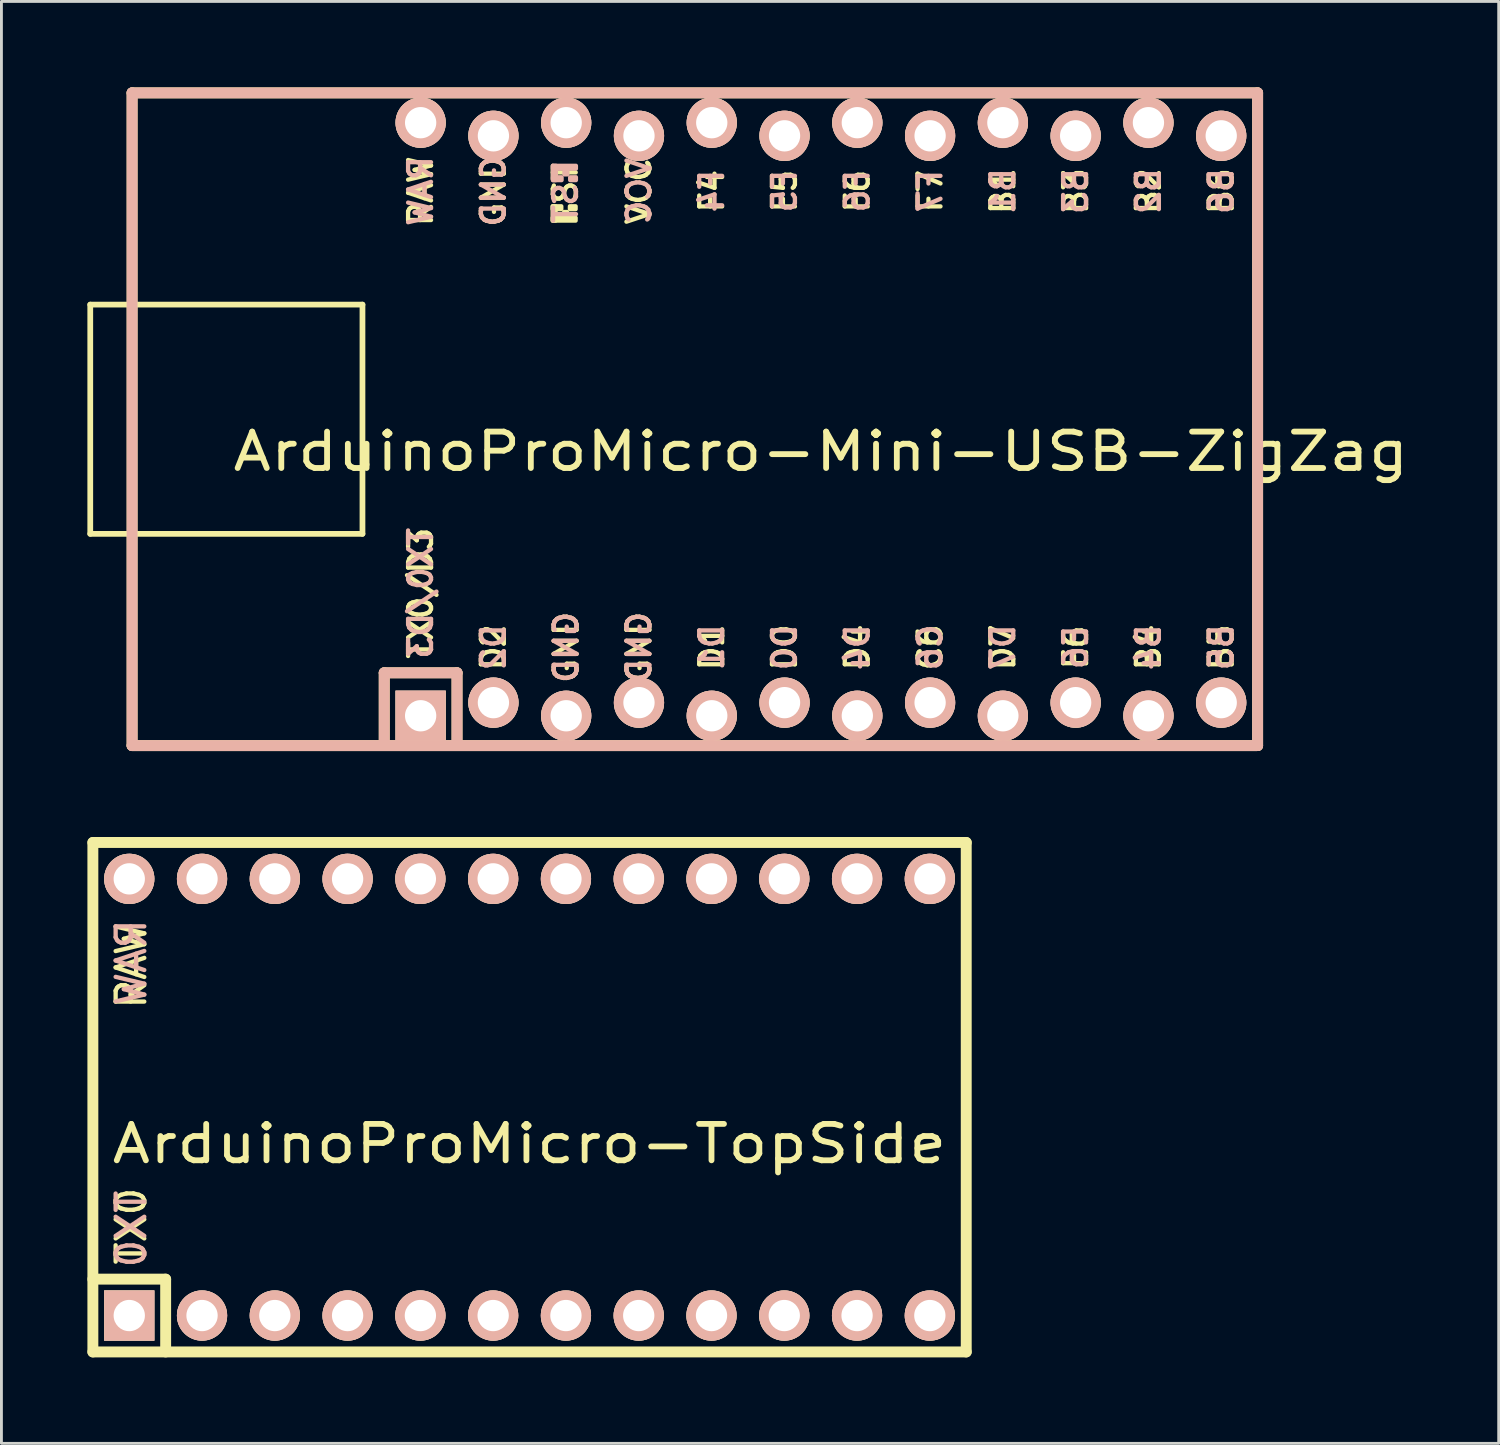
<source format=kicad_pcb>
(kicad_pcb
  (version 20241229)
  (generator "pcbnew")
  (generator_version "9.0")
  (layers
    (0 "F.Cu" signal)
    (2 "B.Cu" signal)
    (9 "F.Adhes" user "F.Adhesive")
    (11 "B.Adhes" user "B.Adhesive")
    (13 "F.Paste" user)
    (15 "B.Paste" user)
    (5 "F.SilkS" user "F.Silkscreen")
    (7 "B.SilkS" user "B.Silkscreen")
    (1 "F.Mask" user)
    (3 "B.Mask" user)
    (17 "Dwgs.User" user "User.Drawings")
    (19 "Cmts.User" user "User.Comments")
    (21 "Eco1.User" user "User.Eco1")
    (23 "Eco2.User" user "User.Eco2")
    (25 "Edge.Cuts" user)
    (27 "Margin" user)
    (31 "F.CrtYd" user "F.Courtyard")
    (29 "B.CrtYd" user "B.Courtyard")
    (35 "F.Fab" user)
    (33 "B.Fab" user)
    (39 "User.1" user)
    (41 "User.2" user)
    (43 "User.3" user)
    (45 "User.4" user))
  (footprint "ArduinoProMicro-TopSide"
    (layer "F.Cu")
    (at 15.431 35.242)
    (property "Reference" "ArduinoProMicro-TopSide" (at 0 1.625 0) (layer "F.SilkS") (effects (font (size 1.27 1.524) (thickness 0.203))))
    (attr through_hole)
    (fp_line (start -15.24 -8.89) (end -15.24 8.89) (stroke (width 0.381) (type solid)) (layer "F.SilkS"))
    (fp_line (start -15.24 6.35) (end -12.7 6.35) (stroke (width 0.381) (type solid)) (layer "F.SilkS"))
    (fp_line (start -15.24 8.89) (end 15.24 8.89) (stroke (width 0.381) (type solid)) (layer "F.SilkS"))
    (fp_line (start -12.7 6.35) (end -12.7 8.89) (stroke (width 0.381) (type solid)) (layer "F.SilkS"))
    (fp_line (start 15.24 -8.89) (end -15.24 -8.89) (stroke (width 0.381) (type solid)) (layer "F.SilkS"))
    (fp_line (start 15.24 8.89) (end 15.24 -8.89) (stroke (width 0.381) (type solid)) (layer "F.SilkS"))
    (fp_text user "RAW" (at -13.9 -4.6 90) (layer "F.SilkS") (effects (font (size 1 1) (thickness 0.15))))
    (fp_text user "TX0" (at -13.9 4.5 90) (layer "F.SilkS") (effects (font (size 1 1) (thickness 0.15))))
    (fp_text user "TX0" (at -13.9 4.6 90) (layer "B.SilkS") (effects (font (size 1 1) (thickness 0.15)) (justify mirror)))
    (fp_text user "RAW" (at -13.9 -4.7 90) (layer "B.SilkS") (effects (font (size 1 1) (thickness 0.15)) (justify mirror)))
    (pad "1" thru_hole rect (at -13.97 7.62) (size 1.753 1.753) (drill 1.092) (layers "*.Cu" "*.SilkS" "*.Mask"))
    (pad "2" thru_hole circle (at -11.43 7.62) (size 1.753 1.753) (drill 1.092) (layers "*.Cu" "*.SilkS" "*.Mask"))
    (pad "3" thru_hole circle (at -8.89 7.62) (size 1.753 1.753) (drill 1.092) (layers "*.Cu" "*.SilkS" "*.Mask"))
    (pad "4" thru_hole circle (at -6.35 7.62) (size 1.753 1.753) (drill 1.092) (layers "*.Cu" "*.SilkS" "*.Mask"))
    (pad "5" thru_hole circle (at -3.81 7.62) (size 1.753 1.753) (drill 1.092) (layers "*.Cu" "*.SilkS" "*.Mask"))
    (pad "6" thru_hole circle (at -1.27 7.62) (size 1.753 1.753) (drill 1.092) (layers "*.Cu" "*.SilkS" "*.Mask"))
    (pad "7" thru_hole circle (at 1.27 7.62) (size 1.753 1.753) (drill 1.092) (layers "*.Cu" "*.SilkS" "*.Mask"))
    (pad "8" thru_hole circle (at 3.81 7.62) (size 1.753 1.753) (drill 1.092) (layers "*.Cu" "*.SilkS" "*.Mask"))
    (pad "9" thru_hole circle (at 6.35 7.62) (size 1.753 1.753) (drill 1.092) (layers "*.Cu" "*.SilkS" "*.Mask"))
    (pad "10" thru_hole circle (at 8.89 7.62) (size 1.753 1.753) (drill 1.092) (layers "*.Cu" "*.SilkS" "*.Mask"))
    (pad "11" thru_hole circle (at 11.43 7.62) (size 1.753 1.753) (drill 1.092) (layers "*.Cu" "*.SilkS" "*.Mask"))
    (pad "12" thru_hole circle (at 13.97 7.62) (size 1.753 1.753) (drill 1.092) (layers "*.Cu" "*.SilkS" "*.Mask"))
    (pad "13" thru_hole circle (at 13.97 -7.62) (size 1.753 1.753) (drill 1.092) (layers "*.Cu" "*.SilkS" "*.Mask"))
    (pad "14" thru_hole circle (at 11.43 -7.62) (size 1.753 1.753) (drill 1.092) (layers "*.Cu" "*.SilkS" "*.Mask"))
    (pad "15" thru_hole circle (at 8.89 -7.62) (size 1.753 1.753) (drill 1.092) (layers "*.Cu" "*.SilkS" "*.Mask"))
    (pad "16" thru_hole circle (at 6.35 -7.62) (size 1.753 1.753) (drill 1.092) (layers "*.Cu" "*.SilkS" "*.Mask"))
    (pad "17" thru_hole circle (at 3.81 -7.62) (size 1.753 1.753) (drill 1.092) (layers "*.Cu" "*.SilkS" "*.Mask"))
    (pad "18" thru_hole circle (at 1.27 -7.62) (size 1.753 1.753) (drill 1.092) (layers "*.Cu" "*.SilkS" "*.Mask"))
    (pad "19" thru_hole circle (at -1.27 -7.62) (size 1.753 1.753) (drill 1.092) (layers "*.Cu" "*.SilkS" "*.Mask"))
    (pad "20" thru_hole circle (at -3.81 -7.62) (size 1.753 1.753) (drill 1.092) (layers "*.Cu" "*.SilkS" "*.Mask"))
    (pad "21" thru_hole circle (at -6.35 -7.62) (size 1.753 1.753) (drill 1.092) (layers "*.Cu" "*.SilkS" "*.Mask"))
    (pad "22" thru_hole circle (at -8.89 -7.62) (size 1.753 1.753) (drill 1.092) (layers "*.Cu" "*.SilkS" "*.Mask"))
    (pad "23" thru_hole circle (at -11.43 -7.62) (size 1.753 1.753) (drill 1.092) (layers "*.Cu" "*.SilkS" "*.Mask"))
    (pad "24" thru_hole circle (at -13.97 -7.62) (size 1.753 1.753) (drill 1.092) (layers "*.Cu" "*.SilkS" "*.Mask")))
  (footprint "ArduinoProMicro-Mini-USB-ZigZag"
    (layer "F.Cu")
    (at 25.6 11.581)
    (property "Reference" "ArduinoProMicro-Mini-USB-ZigZag" (at 0 1.125 0) (layer "F.SilkS") (effects (font (size 1.27 1.524) (thickness 0.203))))
    (attr through_hole)
    (fp_line (start -25.5 -4) (end -25.5 4) (stroke (width 0.2) (type solid)) (layer "F.SilkS"))
    (fp_line (start -25.5 4) (end -16 4) (stroke (width 0.2) (type solid)) (layer "F.SilkS"))
    (fp_line (start -24.04 -11.39) (end -24.04 11.39) (stroke (width 0.381) (type solid)) (layer "F.SilkS"))
    (fp_line (start -24.04 11.39) (end 15.24 11.39) (stroke (width 0.381) (type solid)) (layer "F.SilkS"))
    (fp_line (start -16 -4) (end -25.5 -4) (stroke (width 0.2) (type solid)) (layer "F.SilkS"))
    (fp_line (start -16 4) (end -16 -4) (stroke (width 0.2) (type solid)) (layer "F.SilkS"))
    (fp_line (start -15.24 8.85) (end -15.24 11.39) (stroke (width 0.381) (type solid)) (layer "F.SilkS"))
    (fp_line (start -15.24 8.85) (end -12.7 8.85) (stroke (width 0.381) (type solid)) (layer "F.SilkS"))
    (fp_line (start -12.7 8.85) (end -12.7 11.39) (stroke (width 0.381) (type solid)) (layer "F.SilkS"))
    (fp_line (start 15.24 -11.39) (end -24.04 -11.39) (stroke (width 0.381) (type solid)) (layer "F.SilkS"))
    (fp_line (start 15.24 11.39) (end 15.24 -11.39) (stroke (width 0.381) (type solid)) (layer "F.SilkS"))
    (fp_poly (pts (xy -9.361 -7.432) (xy -9.261 -7.432) (xy -9.261 -6.932) (xy -9.361 -6.932)) (stroke (width 0.15) (type solid)) (fill yes) (layer "F.SilkS"))
    (fp_poly (pts (xy -9.361 -7.432) (xy -9.061 -7.432) (xy -9.061 -7.332) (xy -9.361 -7.332)) (stroke (width 0.15) (type solid)) (fill yes) (layer "F.SilkS"))
    (fp_poly (pts (xy -9.361 -7.032) (xy -8.561 -7.032) (xy -8.561 -6.932) (xy -9.361 -6.932)) (stroke (width 0.15) (type solid)) (fill yes) (layer "F.SilkS"))
    (fp_poly (pts (xy -8.961 -7.232) (xy -8.861 -7.232) (xy -8.861 -7.132) (xy -8.961 -7.132)) (stroke (width 0.15) (type solid)) (fill yes) (layer "F.SilkS"))
    (fp_poly (pts (xy -8.761 -7.432) (xy -8.561 -7.432) (xy -8.561 -7.332) (xy -8.761 -7.332)) (stroke (width 0.15) (type solid)) (fill yes) (layer "F.SilkS"))
    (fp_line (start -24.04 -11.39) (end -24.04 11.39) (stroke (width 0.381) (type solid)) (layer "B.SilkS"))
    (fp_line (start -24.04 11.39) (end 15.24 11.39) (stroke (width 0.381) (type solid)) (layer "B.SilkS"))
    (fp_line (start -15.24 8.85) (end -15.24 11.39) (stroke (width 0.381) (type solid)) (layer "B.SilkS"))
    (fp_line (start -15.24 8.85) (end -12.7 8.85) (stroke (width 0.381) (type solid)) (layer "B.SilkS"))
    (fp_line (start -12.7 8.85) (end -12.7 11.39) (stroke (width 0.381) (type solid)) (layer "B.SilkS"))
    (fp_line (start 15.24 -11.39) (end -24.04 -11.39) (stroke (width 0.381) (type solid)) (layer "B.SilkS"))
    (fp_line (start 15.24 11.39) (end 15.24 -11.39) (stroke (width 0.381) (type solid)) (layer "B.SilkS"))
    (fp_poly (pts (xy -9.351 -8.745) (xy -8.551 -8.745) (xy -8.551 -8.845) (xy -9.351 -8.845)) (stroke (width 0.15) (type solid)) (fill yes) (layer "B.SilkS"))
    (fp_poly (pts (xy -9.351 -8.345) (xy -9.251 -8.345) (xy -9.251 -8.845) (xy -9.351 -8.845)) (stroke (width 0.15) (type solid)) (fill yes) (layer "B.SilkS"))
    (fp_poly (pts (xy -9.351 -8.345) (xy -9.051 -8.345) (xy -9.051 -8.445) (xy -9.351 -8.445)) (stroke (width 0.15) (type solid)) (fill yes) (layer "B.SilkS"))
    (fp_poly (pts (xy -8.951 -8.545) (xy -8.851 -8.545) (xy -8.851 -8.645) (xy -8.951 -8.645)) (stroke (width 0.15) (type solid)) (fill yes) (layer "B.SilkS"))
    (fp_poly (pts (xy -8.751 -8.345) (xy -8.551 -8.345) (xy -8.551 -8.445) (xy -8.751 -8.445)) (stroke (width 0.15) (type solid)) (fill yes) (layer "B.SilkS"))
    (fp_text user "RAW" (at -13.97 -7.961 90) (layer "F.SilkS") (effects (font (size 0.8 0.8) (thickness 0.15))))
    (fp_text user "B6" (at 13.97 -7.961 90) (layer "F.SilkS") (effects (font (size 0.8 0.8) (thickness 0.15))))
    (fp_text user "C6" (at 3.81 7.961 90) (layer "F.SilkS") (effects (font (size 0.8 0.8) (thickness 0.15))))
    (fp_text user "E6" (at 8.89 7.961 90) (layer "F.SilkS") (effects (font (size 0.8 0.8) (thickness 0.15))))
    (fp_text user "GND" (at -8.89 7.961 90) (layer "F.SilkS") (effects (font (size 0.8 0.8) (thickness 0.15))))
    (fp_text user "B1" (at 6.35 -7.961 90) (layer "F.SilkS") (effects (font (size 0.8 0.8) (thickness 0.15))))
    (fp_text user "D4" (at 1.27 7.961 90) (layer "F.SilkS") (effects (font (size 0.8 0.8) (thickness 0.15))))
    (fp_text user "ST" (at -8.92 -8.233 90) (layer "F.SilkS") (effects (font (size 0.8 0.8) (thickness 0.15))))
    (fp_text user "B5" (at 13.97 7.961 90) (layer "F.SilkS") (effects (font (size 0.8 0.8) (thickness 0.15))))
    (fp_text user "F7" (at 3.81 -7.961 90) (layer "F.SilkS") (effects (font (size 0.8 0.8) (thickness 0.15))))
    (fp_text user "D1" (at -3.81 7.961 90) (layer "F.SilkS") (effects (font (size 0.8 0.8) (thickness 0.15))))
    (fp_text user "GND" (at -11.43 -7.961 90) (layer "F.SilkS") (effects (font (size 0.8 0.8) (thickness 0.15))))
    (fp_text user "F5" (at -1.27 -7.961 90) (layer "F.SilkS") (effects (font (size 0.8 0.8) (thickness 0.15))))
    (fp_text user "GND" (at -6.35 7.961 90) (layer "F.SilkS") (effects (font (size 0.8 0.8) (thickness 0.15))))
    (fp_text user "F4" (at -3.81 -7.961 90) (layer "F.SilkS") (effects (font (size 0.8 0.8) (thickness 0.15))))
    (fp_text user "VCC" (at -6.35 -7.961 90) (layer "F.SilkS") (effects (font (size 0.8 0.8) (thickness 0.15))))
    (fp_text user "TX0/D3" (at -13.97 6.072 90) (layer "F.SilkS") (effects (font (size 0.8 0.8) (thickness 0.15))))
    (fp_text user "B3" (at 8.89 -7.961 90) (layer "F.SilkS") (effects (font (size 0.8 0.8) (thickness 0.15))))
    (fp_text user "D2" (at -11.43 7.961 90) (layer "F.SilkS") (effects (font (size 0.8 0.8) (thickness 0.15))))
    (fp_text user "D0" (at -1.27 7.961 90) (layer "F.SilkS") (effects (font (size 0.8 0.8) (thickness 0.15))))
    (fp_text user "B2" (at 11.43 -7.961 90) (layer "F.SilkS") (effects (font (size 0.8 0.8) (thickness 0.15))))
    (fp_text user "D7" (at 6.35 7.961 90) (layer "F.SilkS") (effects (font (size 0.8 0.8) (thickness 0.15))))
    (fp_text user "F6" (at 1.27 -7.961 90) (layer "F.SilkS") (effects (font (size 0.8 0.8) (thickness 0.15))))
    (fp_text user "B4" (at 11.43 7.961 90) (layer "F.SilkS") (effects (font (size 0.8 0.8) (thickness 0.15))))
    (fp_text user "TX0/D3" (at -13.97 6.072 90) (layer "B.SilkS") (effects (font (size 0.8 0.8) (thickness 0.15)) (justify mirror)))
    (fp_text user "D7" (at 6.35 7.961 90) (layer "B.SilkS") (effects (font (size 0.8 0.8) (thickness 0.15)) (justify mirror)))
    (fp_text user "D4" (at 1.27 7.961 90) (layer "B.SilkS") (effects (font (size 0.8 0.8) (thickness 0.15)) (justify mirror)))
    (fp_text user "F6" (at 1.27 -7.961 90) (layer "B.SilkS") (effects (font (size 0.8 0.8) (thickness 0.15)) (justify mirror)))
    (fp_text user "F7" (at 3.81 -7.961 90) (layer "B.SilkS") (effects (font (size 0.8 0.8) (thickness 0.15)) (justify mirror)))
    (fp_text user "B5" (at 13.97 7.961 90) (layer "B.SilkS") (effects (font (size 0.8 0.8) (thickness 0.15)) (justify mirror)))
    (fp_text user "E6" (at 8.89 7.961 90) (layer "B.SilkS") (effects (font (size 0.8 0.8) (thickness 0.15)) (justify mirror)))
    (fp_text user "B4" (at 11.43 7.961 90) (layer "B.SilkS") (effects (font (size 0.8 0.8) (thickness 0.15)) (justify mirror)))
    (fp_text user "B6" (at 13.97 -7.961 90) (layer "B.SilkS") (effects (font (size 0.8 0.8) (thickness 0.15)) (justify mirror)))
    (fp_text user "GND" (at -6.35 7.961 90) (layer "B.SilkS") (effects (font (size 0.8 0.8) (thickness 0.15)) (justify mirror)))
    (fp_text user "GND" (at -11.43 -7.961 90) (layer "B.SilkS") (effects (font (size 0.8 0.8) (thickness 0.15)) (justify mirror)))
    (fp_text user "RAW" (at -13.97 -7.961 90) (layer "B.SilkS") (effects (font (size 0.8 0.8) (thickness 0.15)) (justify mirror)))
    (fp_text user "GND" (at -8.89 7.961 90) (layer "B.SilkS") (effects (font (size 0.8 0.8) (thickness 0.15)) (justify mirror)))
    (fp_text user "D2" (at -11.43 7.961 90) (layer "B.SilkS") (effects (font (size 0.8 0.8) (thickness 0.15)) (justify mirror)))
    (fp_text user "D1" (at -3.81 7.961 90) (layer "B.SilkS") (effects (font (size 0.8 0.8) (thickness 0.15)) (justify mirror)))
    (fp_text user "B3" (at 8.89 -7.961 90) (layer "B.SilkS") (effects (font (size 0.8 0.8) (thickness 0.15)) (justify mirror)))
    (fp_text user "B1" (at 6.35 -7.961 90) (layer "B.SilkS") (effects (font (size 0.8 0.8) (thickness 0.15)) (justify mirror)))
    (fp_text user "D0" (at -1.27 7.961 90) (layer "B.SilkS") (effects (font (size 0.8 0.8) (thickness 0.15)) (justify mirror)))
    (fp_text user "B2" (at 11.43 -7.961 90) (layer "B.SilkS") (effects (font (size 0.8 0.8) (thickness 0.15)) (justify mirror)))
    (fp_text user "VCC" (at -6.35 -7.961 90) (layer "B.SilkS") (effects (font (size 0.8 0.8) (thickness 0.15)) (justify mirror)))
    (fp_text user "F4" (at -3.81 -7.961 90) (layer "B.SilkS") (effects (font (size 0.8 0.8) (thickness 0.15)) (justify mirror)))
    (fp_text user "F5" (at -1.27 -7.961 90) (layer "B.SilkS") (effects (font (size 0.8 0.8) (thickness 0.15)) (justify mirror)))
    (fp_text user "ST" (at -8.91 -7.54 90) (layer "B.SilkS") (effects (font (size 0.8 0.8) (thickness 0.15)) (justify mirror)))
    (fp_text user "C6" (at 3.81 7.961 90) (layer "B.SilkS") (effects (font (size 0.8 0.8) (thickness 0.15)) (justify mirror)))
    (pad "1" thru_hole rect (at -13.97 10.349) (size 1.753 1.753) (drill 1.092) (layers "*.Cu" "*.SilkS" "*.Mask"))
    (pad "2" thru_hole circle (at -11.43 9.891) (size 1.753 1.753) (drill 1.092) (layers "*.Cu" "*.SilkS" "*.Mask"))
    (pad "3" thru_hole circle (at -8.89 10.349) (size 1.753 1.753) (drill 1.092) (layers "*.Cu" "*.SilkS" "*.Mask"))
    (pad "4" thru_hole circle (at -6.35 9.891) (size 1.753 1.753) (drill 1.092) (layers "*.Cu" "*.SilkS" "*.Mask"))
    (pad "5" thru_hole circle (at -3.81 10.349) (size 1.753 1.753) (drill 1.092) (layers "*.Cu" "*.SilkS" "*.Mask"))
    (pad "6" thru_hole circle (at -1.27 9.891) (size 1.753 1.753) (drill 1.092) (layers "*.Cu" "*.SilkS" "*.Mask"))
    (pad "7" thru_hole circle (at 1.27 10.349) (size 1.753 1.753) (drill 1.092) (layers "*.Cu" "*.SilkS" "*.Mask"))
    (pad "8" thru_hole circle (at 3.81 9.891) (size 1.753 1.753) (drill 1.092) (layers "*.Cu" "*.SilkS" "*.Mask"))
    (pad "9" thru_hole circle (at 6.35 10.349) (size 1.753 1.753) (drill 1.092) (layers "*.Cu" "*.SilkS" "*.Mask"))
    (pad "10" thru_hole circle (at 8.89 9.891) (size 1.753 1.753) (drill 1.092) (layers "*.Cu" "*.SilkS" "*.Mask"))
    (pad "11" thru_hole circle (at 11.43 10.349) (size 1.753 1.753) (drill 1.092) (layers "*.Cu" "*.SilkS" "*.Mask"))
    (pad "12" thru_hole circle (at 13.97 9.891) (size 1.753 1.753) (drill 1.092) (layers "*.Cu" "*.SilkS" "*.Mask"))
    (pad "13" thru_hole circle (at 13.97 -9.891) (size 1.753 1.753) (drill 1.092) (layers "*.Cu" "*.SilkS" "*.Mask"))
    (pad "14" thru_hole circle (at 11.43 -10.349) (size 1.753 1.753) (drill 1.092) (layers "*.Cu" "*.SilkS" "*.Mask"))
    (pad "15" thru_hole circle (at 8.89 -9.891) (size 1.753 1.753) (drill 1.092) (layers "*.Cu" "*.SilkS" "*.Mask"))
    (pad "16" thru_hole circle (at 6.35 -10.349) (size 1.753 1.753) (drill 1.092) (layers "*.Cu" "*.SilkS" "*.Mask"))
    (pad "17" thru_hole circle (at 3.81 -9.891) (size 1.753 1.753) (drill 1.092) (layers "*.Cu" "*.SilkS" "*.Mask"))
    (pad "18" thru_hole circle (at 1.27 -10.349) (size 1.753 1.753) (drill 1.092) (layers "*.Cu" "*.SilkS" "*.Mask"))
    (pad "19" thru_hole circle (at -1.27 -9.891) (size 1.753 1.753) (drill 1.092) (layers "*.Cu" "*.SilkS" "*.Mask"))
    (pad "20" thru_hole circle (at -3.81 -10.349) (size 1.753 1.753) (drill 1.092) (layers "*.Cu" "*.SilkS" "*.Mask"))
    (pad "21" thru_hole circle (at -6.35 -9.891) (size 1.753 1.753) (drill 1.092) (layers "*.Cu" "*.SilkS" "*.Mask"))
    (pad "22" thru_hole circle (at -8.89 -10.349) (size 1.753 1.753) (drill 1.092) (layers "*.Cu" "*.SilkS" "*.Mask"))
    (pad "23" thru_hole circle (at -11.43 -9.891) (size 1.753 1.753) (drill 1.092) (layers "*.Cu" "*.SilkS" "*.Mask"))
    (pad "24" thru_hole circle (at -13.97 -10.349) (size 1.753 1.753) (drill 1.092) (layers "*.Cu" "*.SilkS" "*.Mask")))
  (gr_rect
    (start -3 -3)
    (end 49.254 47.322)
    (stroke (width 0.1) (type default))
    (fill no)
    (layer "Edge.Cuts")))
</source>
